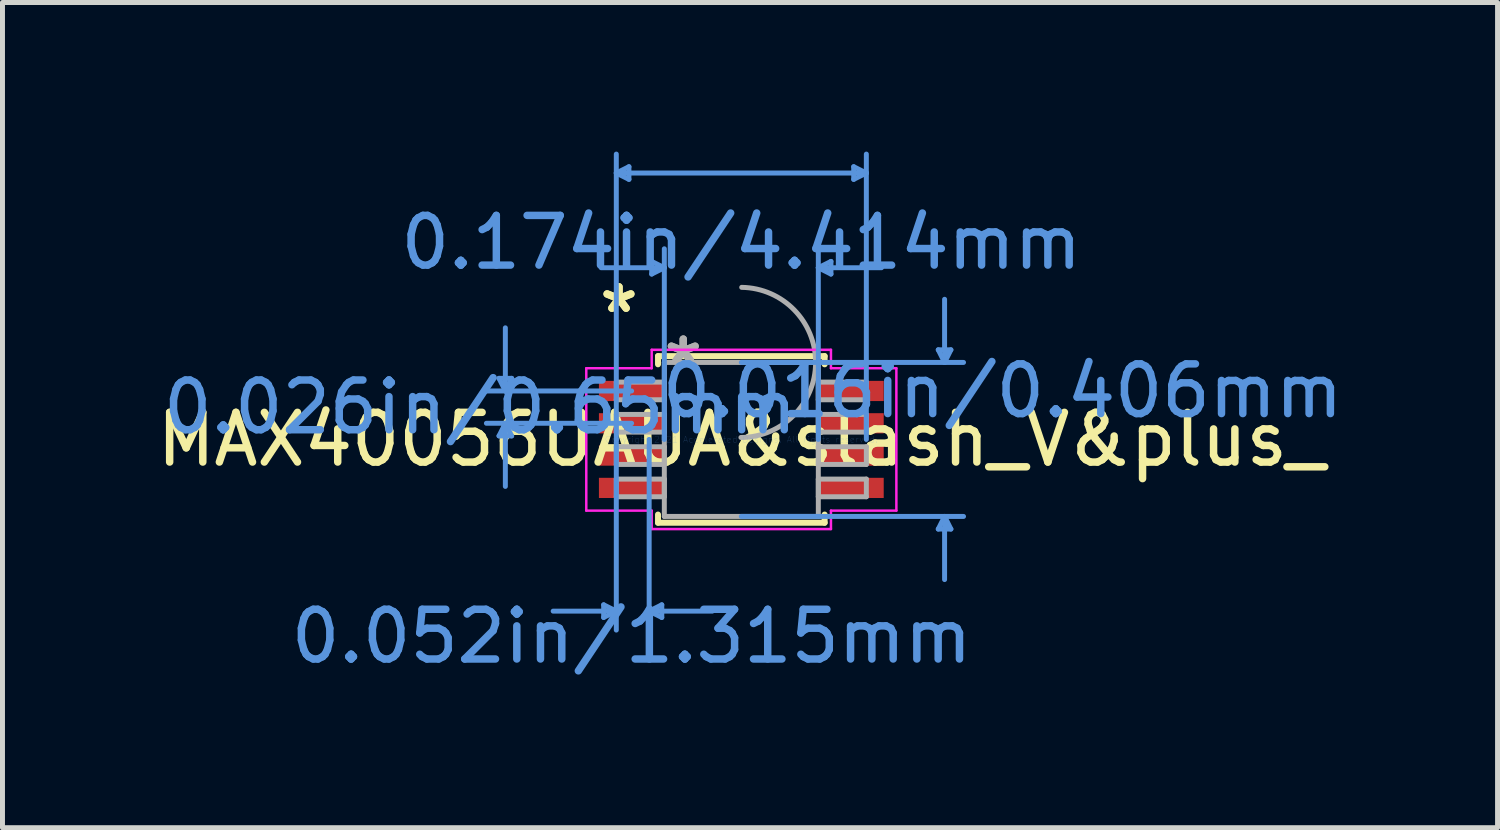
<source format=kicad_pcb>
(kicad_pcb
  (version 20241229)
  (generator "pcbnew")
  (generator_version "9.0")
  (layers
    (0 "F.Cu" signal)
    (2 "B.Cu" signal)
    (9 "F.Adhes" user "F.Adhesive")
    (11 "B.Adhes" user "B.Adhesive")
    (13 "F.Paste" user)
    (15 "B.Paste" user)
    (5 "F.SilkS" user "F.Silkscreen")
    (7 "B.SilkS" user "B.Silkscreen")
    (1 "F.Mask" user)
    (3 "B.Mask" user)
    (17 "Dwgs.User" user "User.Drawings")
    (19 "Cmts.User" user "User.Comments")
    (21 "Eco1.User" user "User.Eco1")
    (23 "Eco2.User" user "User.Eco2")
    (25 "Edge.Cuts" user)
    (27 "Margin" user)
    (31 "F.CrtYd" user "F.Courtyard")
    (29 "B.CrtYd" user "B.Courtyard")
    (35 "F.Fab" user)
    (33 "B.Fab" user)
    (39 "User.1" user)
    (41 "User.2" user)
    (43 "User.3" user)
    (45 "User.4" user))
  (footprint "MAX40056UAUA&slash_V&plus_"
    (layer "F.Cu")
    (at 11.863 5.79)
    (property "Reference" "MAX40056UAUA&slash_V&plus_" (at 0 0 0) (layer "F.SilkS") (effects (font (size 1 1) (thickness 0.15))))
    (attr through_hole)
    (fp_line (start -1.676 -1.676) (end -1.676 -1.511) (stroke (width 0.12) (type solid)) (layer "F.SilkS"))
    (fp_line (start -1.676 1.511) (end -1.676 1.676) (stroke (width 0.12) (type solid)) (layer "F.SilkS"))
    (fp_line (start -1.676 1.676) (end 1.676 1.676) (stroke (width 0.12) (type solid)) (layer "F.SilkS"))
    (fp_line (start 1.676 -1.676) (end -1.676 -1.676) (stroke (width 0.12) (type solid)) (layer "F.SilkS"))
    (fp_line (start 1.676 -1.511) (end 1.676 -1.676) (stroke (width 0.12) (type solid)) (layer "F.SilkS"))
    (fp_line (start 1.676 1.676) (end 1.676 1.511) (stroke (width 0.12) (type solid)) (layer "F.SilkS"))
    (fp_line (start -4.874 -1.229) (end -4.62 -1.229) (stroke (width 0.1) (type solid)) (layer "Cmts.User"))
    (fp_line (start -4.874 -0.071) (end -4.62 -0.071) (stroke (width 0.1) (type solid)) (layer "Cmts.User"))
    (fp_line (start -4.747 -0.975) (end -4.874 -1.229) (stroke (width 0.1) (type solid)) (layer "Cmts.User"))
    (fp_line (start -4.747 -0.975) (end -4.747 -2.245) (stroke (width 0.1) (type solid)) (layer "Cmts.User"))
    (fp_line (start -4.747 -0.975) (end -4.62 -1.229) (stroke (width 0.1) (type solid)) (layer "Cmts.User"))
    (fp_line (start -4.747 -0.325) (end -4.874 -0.071) (stroke (width 0.1) (type solid)) (layer "Cmts.User"))
    (fp_line (start -4.747 -0.325) (end -4.747 0.945) (stroke (width 0.1) (type solid)) (layer "Cmts.User"))
    (fp_line (start -4.747 -0.325) (end -4.62 -0.071) (stroke (width 0.1) (type solid)) (layer "Cmts.User"))
    (fp_line (start -2.769 3.327) (end -2.769 3.581) (stroke (width 0.1) (type solid)) (layer "Cmts.User"))
    (fp_line (start -2.515 -5.359) (end -2.261 -5.486) (stroke (width 0.1) (type solid)) (layer "Cmts.User"))
    (fp_line (start -2.515 -5.359) (end -2.261 -5.232) (stroke (width 0.1) (type solid)) (layer "Cmts.User"))
    (fp_line (start -2.515 -5.359) (end 2.515 -5.359) (stroke (width 0.1) (type solid)) (layer "Cmts.User"))
    (fp_line (start -2.515 0) (end -2.515 -5.74) (stroke (width 0.1) (type solid)) (layer "Cmts.User"))
    (fp_line (start -2.515 0) (end -2.515 3.835) (stroke (width 0.1) (type solid)) (layer "Cmts.User"))
    (fp_line (start -2.515 3.454) (end -3.785 3.454) (stroke (width 0.1) (type solid)) (layer "Cmts.User"))
    (fp_line (start -2.515 3.454) (end -2.769 3.327) (stroke (width 0.1) (type solid)) (layer "Cmts.User"))
    (fp_line (start -2.515 3.454) (end -2.769 3.581) (stroke (width 0.1) (type solid)) (layer "Cmts.User"))
    (fp_line (start -2.261 -5.486) (end -2.261 -5.232) (stroke (width 0.1) (type solid)) (layer "Cmts.User"))
    (fp_line (start -2.207 -0.975) (end -5.128 -0.975) (stroke (width 0.1) (type solid)) (layer "Cmts.User"))
    (fp_line (start -2.207 -0.325) (end -5.128 -0.325) (stroke (width 0.1) (type solid)) (layer "Cmts.User"))
    (fp_line (start -1.854 0) (end -1.854 3.835) (stroke (width 0.1) (type solid)) (layer "Cmts.User"))
    (fp_line (start -1.854 3.454) (end -1.6 3.327) (stroke (width 0.1) (type solid)) (layer "Cmts.User"))
    (fp_line (start -1.854 3.454) (end -1.6 3.581) (stroke (width 0.1) (type solid)) (layer "Cmts.User"))
    (fp_line (start -1.854 3.454) (end -0.584 3.454) (stroke (width 0.1) (type solid)) (layer "Cmts.User"))
    (fp_line (start -1.803 -3.581) (end -1.803 -3.327) (stroke (width 0.1) (type solid)) (layer "Cmts.User"))
    (fp_line (start -1.6 3.327) (end -1.6 3.581) (stroke (width 0.1) (type solid)) (layer "Cmts.User"))
    (fp_line (start -1.549 -3.454) (end -2.819 -3.454) (stroke (width 0.1) (type solid)) (layer "Cmts.User"))
    (fp_line (start -1.549 -3.454) (end -1.803 -3.581) (stroke (width 0.1) (type solid)) (layer "Cmts.User"))
    (fp_line (start -1.549 -3.454) (end -1.803 -3.327) (stroke (width 0.1) (type solid)) (layer "Cmts.User"))
    (fp_line (start -1.549 0) (end -1.549 -3.835) (stroke (width 0.1) (type solid)) (layer "Cmts.User"))
    (fp_line (start 0 -1.549) (end 4.47 -1.549) (stroke (width 0.1) (type solid)) (layer "Cmts.User"))
    (fp_line (start 0 1.549) (end 4.47 1.549) (stroke (width 0.1) (type solid)) (layer "Cmts.User"))
    (fp_line (start 1.549 -3.454) (end 1.803 -3.581) (stroke (width 0.1) (type solid)) (layer "Cmts.User"))
    (fp_line (start 1.549 -3.454) (end 1.803 -3.327) (stroke (width 0.1) (type solid)) (layer "Cmts.User"))
    (fp_line (start 1.549 -3.454) (end 2.819 -3.454) (stroke (width 0.1) (type solid)) (layer "Cmts.User"))
    (fp_line (start 1.549 0) (end 1.549 -3.835) (stroke (width 0.1) (type solid)) (layer "Cmts.User"))
    (fp_line (start 1.803 -3.581) (end 1.803 -3.327) (stroke (width 0.1) (type solid)) (layer "Cmts.User"))
    (fp_line (start 2.261 -5.486) (end 2.261 -5.232) (stroke (width 0.1) (type solid)) (layer "Cmts.User"))
    (fp_line (start 2.515 -5.359) (end 2.261 -5.486) (stroke (width 0.1) (type solid)) (layer "Cmts.User"))
    (fp_line (start 2.515 -5.359) (end 2.261 -5.232) (stroke (width 0.1) (type solid)) (layer "Cmts.User"))
    (fp_line (start 2.515 0) (end 2.515 -5.74) (stroke (width 0.1) (type solid)) (layer "Cmts.User"))
    (fp_line (start 3.962 -1.803) (end 4.216 -1.803) (stroke (width 0.1) (type solid)) (layer "Cmts.User"))
    (fp_line (start 3.962 1.803) (end 4.216 1.803) (stroke (width 0.1) (type solid)) (layer "Cmts.User"))
    (fp_line (start 4.089 -1.549) (end 3.962 -1.803) (stroke (width 0.1) (type solid)) (layer "Cmts.User"))
    (fp_line (start 4.089 -1.549) (end 4.089 -2.819) (stroke (width 0.1) (type solid)) (layer "Cmts.User"))
    (fp_line (start 4.089 -1.549) (end 4.216 -1.803) (stroke (width 0.1) (type solid)) (layer "Cmts.User"))
    (fp_line (start 4.089 1.549) (end 3.962 1.803) (stroke (width 0.1) (type solid)) (layer "Cmts.User"))
    (fp_line (start 4.089 1.549) (end 4.089 2.819) (stroke (width 0.1) (type solid)) (layer "Cmts.User"))
    (fp_line (start 4.089 1.549) (end 4.216 1.803) (stroke (width 0.1) (type solid)) (layer "Cmts.User"))
    (fp_line (start -3.119 -1.432) (end -1.803 -1.432) (stroke (width 0.05) (type solid)) (layer "F.CrtYd"))
    (fp_line (start -3.119 1.432) (end -3.119 -1.432) (stroke (width 0.05) (type solid)) (layer "F.CrtYd"))
    (fp_line (start -1.803 -1.803) (end 1.803 -1.803) (stroke (width 0.05) (type solid)) (layer "F.CrtYd"))
    (fp_line (start -1.803 -1.432) (end -1.803 -1.803) (stroke (width 0.05) (type solid)) (layer "F.CrtYd"))
    (fp_line (start -1.803 1.432) (end -3.119 1.432) (stroke (width 0.05) (type solid)) (layer "F.CrtYd"))
    (fp_line (start -1.803 1.803) (end -1.803 1.432) (stroke (width 0.05) (type solid)) (layer "F.CrtYd"))
    (fp_line (start 1.803 -1.803) (end 1.803 -1.432) (stroke (width 0.05) (type solid)) (layer "F.CrtYd"))
    (fp_line (start 1.803 -1.432) (end 3.119 -1.432) (stroke (width 0.05) (type solid)) (layer "F.CrtYd"))
    (fp_line (start 1.803 1.432) (end 1.803 1.803) (stroke (width 0.05) (type solid)) (layer "F.CrtYd"))
    (fp_line (start 1.803 1.803) (end -1.803 1.803) (stroke (width 0.05) (type solid)) (layer "F.CrtYd"))
    (fp_line (start 3.119 -1.432) (end 3.119 1.432) (stroke (width 0.05) (type solid)) (layer "F.CrtYd"))
    (fp_line (start 3.119 1.432) (end 1.803 1.432) (stroke (width 0.05) (type solid)) (layer "F.CrtYd"))
    (fp_line (start -2.515 -1.153) (end -2.515 -0.798) (stroke (width 0.1) (type solid)) (layer "F.Fab"))
    (fp_line (start -2.515 -0.798) (end -1.549 -0.798) (stroke (width 0.1) (type solid)) (layer "F.Fab"))
    (fp_line (start -2.515 -0.503) (end -2.515 -0.147) (stroke (width 0.1) (type solid)) (layer "F.Fab"))
    (fp_line (start -2.515 -0.147) (end -1.549 -0.147) (stroke (width 0.1) (type solid)) (layer "F.Fab"))
    (fp_line (start -2.515 0.147) (end -2.515 0.503) (stroke (width 0.1) (type solid)) (layer "F.Fab"))
    (fp_line (start -2.515 0.503) (end -1.549 0.503) (stroke (width 0.1) (type solid)) (layer "F.Fab"))
    (fp_line (start -2.515 0.798) (end -2.515 1.153) (stroke (width 0.1) (type solid)) (layer "F.Fab"))
    (fp_line (start -2.515 1.153) (end -1.549 1.153) (stroke (width 0.1) (type solid)) (layer "F.Fab"))
    (fp_line (start -1.549 -1.549) (end -1.549 1.549) (stroke (width 0.1) (type solid)) (layer "F.Fab"))
    (fp_line (start -1.549 -1.153) (end -2.515 -1.153) (stroke (width 0.1) (type solid)) (layer "F.Fab"))
    (fp_line (start -1.549 -0.798) (end -1.549 -1.153) (stroke (width 0.1) (type solid)) (layer "F.Fab"))
    (fp_line (start -1.549 -0.503) (end -2.515 -0.503) (stroke (width 0.1) (type solid)) (layer "F.Fab"))
    (fp_line (start -1.549 -0.147) (end -1.549 -0.503) (stroke (width 0.1) (type solid)) (layer "F.Fab"))
    (fp_line (start -1.549 0.147) (end -2.515 0.147) (stroke (width 0.1) (type solid)) (layer "F.Fab"))
    (fp_line (start -1.549 0.503) (end -1.549 0.147) (stroke (width 0.1) (type solid)) (layer "F.Fab"))
    (fp_line (start -1.549 0.798) (end -2.515 0.798) (stroke (width 0.1) (type solid)) (layer "F.Fab"))
    (fp_line (start -1.549 1.153) (end -1.549 0.798) (stroke (width 0.1) (type solid)) (layer "F.Fab"))
    (fp_line (start -1.549 1.549) (end 1.549 1.549) (stroke (width 0.1) (type solid)) (layer "F.Fab"))
    (fp_line (start 1.549 -1.549) (end -1.549 -1.549) (stroke (width 0.1) (type solid)) (layer "F.Fab"))
    (fp_line (start 1.549 -1.153) (end 1.549 -0.798) (stroke (width 0.1) (type solid)) (layer "F.Fab"))
    (fp_line (start 1.549 -0.798) (end 2.515 -0.798) (stroke (width 0.1) (type solid)) (layer "F.Fab"))
    (fp_line (start 1.549 -0.503) (end 1.549 -0.147) (stroke (width 0.1) (type solid)) (layer "F.Fab"))
    (fp_line (start 1.549 -0.147) (end 2.515 -0.147) (stroke (width 0.1) (type solid)) (layer "F.Fab"))
    (fp_line (start 1.549 0.147) (end 1.549 0.503) (stroke (width 0.1) (type solid)) (layer "F.Fab"))
    (fp_line (start 1.549 0.503) (end 2.515 0.503) (stroke (width 0.1) (type solid)) (layer "F.Fab"))
    (fp_line (start 1.549 0.798) (end 1.549 1.153) (stroke (width 0.1) (type solid)) (layer "F.Fab"))
    (fp_line (start 1.549 1.153) (end 2.515 1.153) (stroke (width 0.1) (type solid)) (layer "F.Fab"))
    (fp_line (start 1.549 1.549) (end 1.549 -1.549) (stroke (width 0.1) (type solid)) (layer "F.Fab"))
    (fp_line (start 2.515 -1.153) (end 1.549 -1.153) (stroke (width 0.1) (type solid)) (layer "F.Fab"))
    (fp_line (start 2.515 -0.798) (end 2.515 -1.153) (stroke (width 0.1) (type solid)) (layer "F.Fab"))
    (fp_line (start 2.515 -0.503) (end 1.549 -0.503) (stroke (width 0.1) (type solid)) (layer "F.Fab"))
    (fp_line (start 2.515 -0.147) (end 2.515 -0.503) (stroke (width 0.1) (type solid)) (layer "F.Fab"))
    (fp_line (start 2.515 0.147) (end 1.549 0.147) (stroke (width 0.1) (type solid)) (layer "F.Fab"))
    (fp_line (start 2.515 0.503) (end 2.515 0.147) (stroke (width 0.1) (type solid)) (layer "F.Fab"))
    (fp_line (start 2.515 0.798) (end 1.549 0.798) (stroke (width 0.1) (type solid)) (layer "F.Fab"))
    (fp_line (start 2.515 1.153) (end 2.515 0.798) (stroke (width 0.1) (type solid)) (layer "F.Fab"))
    (fp_arc (start 0.007742 -3.059445) (mid 1.510045 -1.541658) (end -0.007742 -0.039355) (stroke (width 0.1) (type solid)) (layer "F.Fab"))
    (fp_text user "*" (at -2.461 -2.524 0) (layer "F.SilkS") (effects (font (size 1 1) (thickness 0.15))))
    (fp_text user "*" (at -2.461 -2.524 0) (layer "F.SilkS") (effects (font (size 1 1) (thickness 0.15))))
    (fp_text user "Copyright 2021 Accelerated Designs. All rights reserved." (at 0 0 0) (layer "Cmts.User") (effects (font (size 0.127 0.127) (thickness 0.002))))
    (fp_text user "0.174in/4.414mm" (at 0 -3.962 0) (layer "Cmts.User") (effects (font (size 1 1) (thickness 0.15))))
    (fp_text user "0.052in/1.315mm" (at -2.207 3.962 0) (layer "Cmts.User") (effects (font (size 1 1) (thickness 0.15))))
    (fp_text user "0.026in/0.65mm" (at -5.255 -0.65 0) (layer "Cmts.User") (effects (font (size 1 1) (thickness 0.15))))
    (fp_text user "0.016in/0.406mm" (at 5.255 -0.975 0) (layer "Cmts.User") (effects (font (size 1 1) (thickness 0.15))))
    (fp_text user "*" (at -1.168 -1.473 0) (layer "F.Fab") (effects (font (size 1 1) (thickness 0.15))))
    (fp_text user "*" (at -1.168 -1.473 0) (layer "F.Fab") (effects (font (size 1 1) (thickness 0.15))))
    (pad "1" smd rect (at -2.207 -0.975) (size 1.315 0.406) (layers "F.Cu" "F.Mask" "F.Paste"))
    (pad "2" smd rect (at -2.207 -0.325) (size 1.315 0.406) (layers "F.Cu" "F.Mask" "F.Paste"))
    (pad "3" smd rect (at -2.207 0.325) (size 1.315 0.406) (layers "F.Cu" "F.Mask" "F.Paste"))
    (pad "4" smd rect (at -2.207 0.975) (size 1.315 0.406) (layers "F.Cu" "F.Mask" "F.Paste"))
    (pad "5" smd rect (at 2.207 0.975) (size 1.315 0.406) (layers "F.Cu" "F.Mask" "F.Paste"))
    (pad "6" smd rect (at 2.207 0.325) (size 1.315 0.406) (layers "F.Cu" "F.Mask" "F.Paste"))
    (pad "7" smd rect (at 2.207 -0.325) (size 1.315 0.406) (layers "F.Cu" "F.Mask" "F.Paste"))
    (pad "8" smd rect (at 2.207 -0.975) (size 1.315 0.406) (layers "F.Cu" "F.Mask" "F.Paste")))
  (gr_rect
    (start -3 -3)
    (end 27.076 13.601)
    (stroke (width 0.1) (type default))
    (fill no)
    (layer "Edge.Cuts")))
</source>
